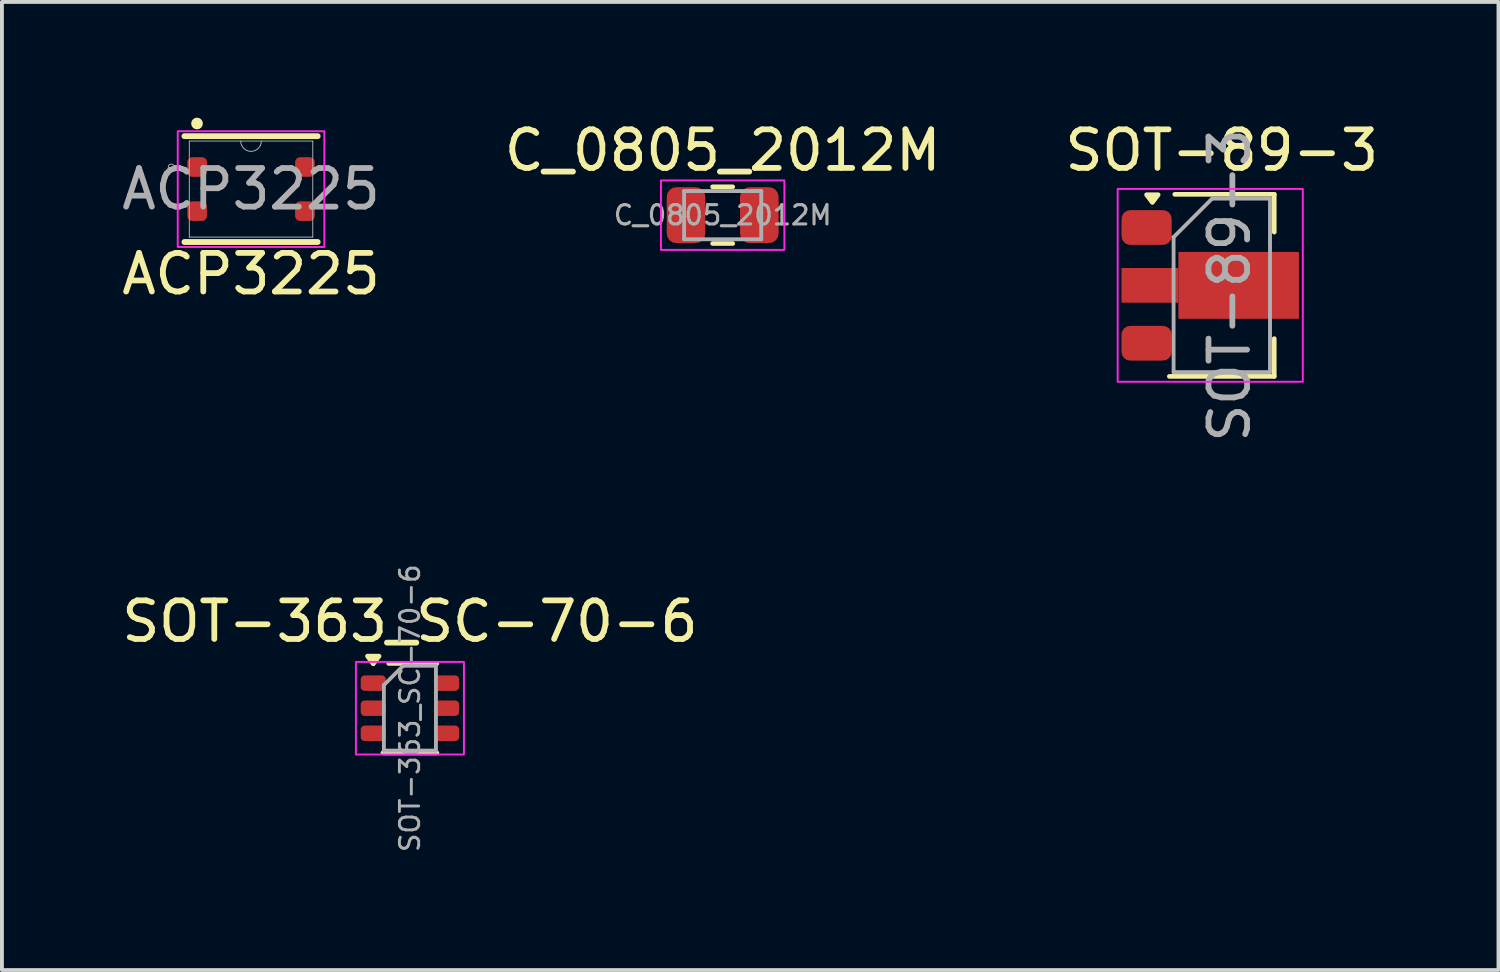
<source format=kicad_pcb>
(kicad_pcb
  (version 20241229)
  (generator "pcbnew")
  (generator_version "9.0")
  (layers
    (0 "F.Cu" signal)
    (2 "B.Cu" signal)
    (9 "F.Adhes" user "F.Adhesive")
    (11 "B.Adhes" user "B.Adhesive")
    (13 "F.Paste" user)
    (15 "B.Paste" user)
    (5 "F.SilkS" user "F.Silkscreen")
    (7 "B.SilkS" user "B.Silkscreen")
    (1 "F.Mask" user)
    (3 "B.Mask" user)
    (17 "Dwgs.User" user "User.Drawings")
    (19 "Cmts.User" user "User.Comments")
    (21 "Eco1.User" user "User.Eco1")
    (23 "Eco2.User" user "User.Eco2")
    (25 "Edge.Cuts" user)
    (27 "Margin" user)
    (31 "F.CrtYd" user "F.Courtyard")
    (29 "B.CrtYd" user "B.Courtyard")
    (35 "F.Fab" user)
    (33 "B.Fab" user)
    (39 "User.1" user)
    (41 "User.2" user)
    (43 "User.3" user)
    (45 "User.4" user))
  (footprint "SOT-363_SC-70-6"
    (layer "F.Cu")
    (at 7.577 15.31)
    (property "Reference" "SOT-363_SC-70-6" (at 0 -2.25 0) (layer "F.SilkS") (effects (font (size 1 1) (thickness 0.15))))
    (attr smd)
    (fp_line (start -0.7 1.16) (end 0.7 1.16) (stroke (width 0.12) (type solid)) (layer "F.SilkS"))
    (fp_line (start -0.55 -1.16) (end 0.7 -1.16) (stroke (width 0.12) (type solid)) (layer "F.SilkS"))
    (fp_poly (pts (xy -0.95 -1.15) (xy -1.1 -1.35) (xy -0.8 -1.35) (xy -0.95 -1.15)) (stroke (width 0.12) (type solid)) (fill yes) (layer "F.SilkS"))
    (fp_rect (start -1.4 -1.2) (end 1.4 1.2) (stroke (width 0.05) (type default)) (fill no) (layer "F.CrtYd"))
    (fp_line (start -0.675 -0.6) (end -0.675 1.1) (stroke (width 0.1) (type solid)) (layer "F.Fab"))
    (fp_line (start -0.175 -1.1) (end -0.675 -0.6) (stroke (width 0.1) (type solid)) (layer "F.Fab"))
    (fp_line (start 0.675 -1.1) (end -0.175 -1.1) (stroke (width 0.1) (type solid)) (layer "F.Fab"))
    (fp_line (start 0.675 -1.1) (end 0.675 1.1) (stroke (width 0.1) (type solid)) (layer "F.Fab"))
    (fp_line (start 0.675 1.1) (end -0.675 1.1) (stroke (width 0.1) (type solid)) (layer "F.Fab"))
    (fp_text user "${REFERENCE}" (at 0 0 90) (layer "F.Fab") (effects (font (size 0.5 0.5) (thickness 0.075))))
    (pad "1" smd roundrect (at -0.95 -0.65) (size 0.65 0.4) (layers "F.Cu" "F.Mask" "F.Paste") (roundrect_rratio 0.25))
    (pad "2" smd roundrect (at -0.95 0) (size 0.65 0.4) (layers "F.Cu" "F.Mask" "F.Paste") (roundrect_rratio 0.25))
    (pad "3" smd roundrect (at -0.95 0.65) (size 0.65 0.4) (layers "F.Cu" "F.Mask" "F.Paste") (roundrect_rratio 0.25))
    (pad "4" smd roundrect (at 0.95 0.65) (size 0.65 0.4) (layers "F.Cu" "F.Mask" "F.Paste") (roundrect_rratio 0.25))
    (pad "5" smd roundrect (at 0.95 0) (size 0.65 0.4) (layers "F.Cu" "F.Mask" "F.Paste") (roundrect_rratio 0.25))
    (pad "6" smd roundrect (at 0.95 -0.65) (size 0.65 0.4) (layers "F.Cu" "F.Mask" "F.Paste") (roundrect_rratio 0.25)))
  (footprint "C_0805_2012M"
    (layer "F.Cu")
    (at 15.685 2.528)
    (property "Reference" "C_0805_2012M" (at 0 -1.68 0) (layer "F.SilkS") (effects (font (size 1 1) (thickness 0.15))))
    (attr smd)
    (fp_line (start -0.261 -0.735) (end 0.261 -0.735) (stroke (width 0.12) (type solid)) (layer "F.SilkS"))
    (fp_line (start -0.261 0.735) (end 0.261 0.735) (stroke (width 0.12) (type solid)) (layer "F.SilkS"))
    (fp_rect (start -1.6 -0.9) (end 1.6 0.9) (stroke (width 0.05) (type default)) (fill no) (layer "F.CrtYd"))
    (fp_line (start -1 -0.625) (end 1 -0.625) (stroke (width 0.1) (type solid)) (layer "F.Fab"))
    (fp_line (start -1 0.625) (end -1 -0.625) (stroke (width 0.1) (type solid)) (layer "F.Fab"))
    (fp_line (start 1 -0.625) (end 1 0.625) (stroke (width 0.1) (type solid)) (layer "F.Fab"))
    (fp_line (start 1 0.625) (end -1 0.625) (stroke (width 0.1) (type solid)) (layer "F.Fab"))
    (fp_text user "${REFERENCE}" (at 0 0 0) (layer "F.Fab") (effects (font (size 0.5 0.5) (thickness 0.08))))
    (pad "1" smd roundrect (at -0.95 0) (size 1 1.45) (layers "F.Cu" "F.Mask" "F.Paste") (roundrect_rratio 0.25))
    (pad "2" smd roundrect (at 0.95 0) (size 1 1.45) (layers "F.Cu" "F.Mask" "F.Paste") (roundrect_rratio 0.25)))
  (footprint "ACP3225"
    (layer "F.Cu")
    (at 3.458 1.852)
    (property "Reference" "ACP3225" (at 0 2.2 0) (unlocked yes) (layer "F.SilkS") (effects (font (size 1 1) (thickness 0.15))))
    (attr smd)
    (fp_line (start -1.727 1.372) (end 1.727 1.372) (stroke (width 0.152) (type solid)) (layer "F.SilkS"))
    (fp_line (start 1.727 -1.372) (end -1.727 -1.372) (stroke (width 0.152) (type solid)) (layer "F.SilkS"))
    (fp_circle (center -1.4 -1.7) (end -1.324 -1.7) (stroke (width 0.152) (type solid)) (fill no) (layer "F.SilkS"))
    (fp_rect (start -1.9 -1.5) (end 1.9 1.5) (stroke (width 0.05) (type default)) (fill no) (layer "F.CrtYd"))
    (fp_line (start -1.6 -1.245) (end -1.6 1.245) (stroke (width 0.025) (type solid)) (layer "F.Fab"))
    (fp_line (start -1.6 1.245) (end 1.6 1.245) (stroke (width 0.025) (type solid)) (layer "F.Fab"))
    (fp_line (start 1.6 -1.245) (end -1.6 -1.245) (stroke (width 0.025) (type solid)) (layer "F.Fab"))
    (fp_line (start 1.6 1.245) (end 1.6 -1.245) (stroke (width 0.025) (type solid)) (layer "F.Fab"))
    (fp_arc (start 0.2667 -1.2446) (mid 0 -0.9779) (end -0.2667 -1.2446) (stroke (width 0.0254) (type solid)) (layer "F.Fab"))
    (fp_circle (center -2.07 -0.572) (end -1.994 -0.572) (stroke (width 0.025) (type solid)) (fill no) (layer "F.Fab"))
    (fp_text user "${REFERENCE}" (at 0 0 0) (unlocked yes) (layer "F.Fab") (effects (font (size 1 1) (thickness 0.15))))
    (pad "1" smd roundrect (at -1.397 -0.572) (size 0.508 0.508) (layers "F.Cu" "F.Mask" "F.Paste") (roundrect_rratio 0.25))
    (pad "2" smd roundrect (at 1.397 -0.572) (size 0.508 0.508) (layers "F.Cu" "F.Mask" "F.Paste") (roundrect_rratio 0.25))
    (pad "3" smd roundrect (at -1.397 0.572) (size 0.508 0.508) (layers "F.Cu" "F.Mask" "F.Paste") (roundrect_rratio 0.25))
    (pad "4" smd roundrect (at 1.397 0.572) (size 0.508 0.508) (layers "F.Cu" "F.Mask" "F.Paste") (roundrect_rratio 0.25)))
  (footprint "SOT-89-3"
    (layer "F.Cu")
    (at 28.625 4.348)
    (property "Reference" "SOT-89-3" (at 0 -3.5 0) (layer "F.SilkS") (effects (font (size 1 1) (thickness 0.15))))
    (attr smd)
    (fp_line (start -1.22 -2.36) (end 1.36 -2.36) (stroke (width 0.12) (type solid)) (layer "F.SilkS"))
    (fp_line (start 1.36 -1.38) (end 1.36 -2.36) (stroke (width 0.12) (type solid)) (layer "F.SilkS"))
    (fp_line (start 1.36 1.38) (end 1.36 2.36) (stroke (width 0.12) (type solid)) (layer "F.SilkS"))
    (fp_line (start 1.36 2.36) (end -1.36 2.36) (stroke (width 0.12) (type solid)) (layer "F.SilkS"))
    (fp_poly (pts (xy -1.8 -2.15) (xy -1.95 -2.35) (xy -1.65 -2.35) (xy -1.8 -2.15)) (stroke (width 0.12) (type solid)) (fill yes) (layer "F.SilkS"))
    (fp_rect (start -2.7 -2.5) (end 2.1 2.5) (stroke (width 0.05) (type default)) (fill no) (layer "F.CrtYd"))
    (fp_line (start -1.25 -1.25) (end -0.25 -2.25) (stroke (width 0.1) (type solid)) (layer "F.Fab"))
    (fp_line (start -1.25 2.25) (end -1.25 -1.25) (stroke (width 0.1) (type solid)) (layer "F.Fab"))
    (fp_line (start -0.25 -2.25) (end 1.25 -2.25) (stroke (width 0.1) (type solid)) (layer "F.Fab"))
    (fp_line (start 1.25 -2.25) (end 1.25 2.25) (stroke (width 0.1) (type solid)) (layer "F.Fab"))
    (fp_line (start 1.25 2.25) (end -1.25 2.25) (stroke (width 0.1) (type solid)) (layer "F.Fab"))
    (fp_text user "${REFERENCE}" (at 0.2 0 90) (layer "F.Fab") (effects (font (size 1 1) (thickness 0.15))))
    (pad "1" smd roundrect (at -1.95 -1.5) (size 1.3 0.9) (layers "F.Cu" "F.Mask" "F.Paste") (roundrect_rratio 0.25))
    (pad "2" smd custom (at -1.863 0) (size 1.475 0.9) (layers "F.Cu" "F.Mask" "F.Paste") (options (anchor rect)) (primitives (gr_poly (pts (xy 3.862 0.867) (xy 0.738 0.867) (xy 0.738 -0.867) (xy 3.862 -0.867)) (width 0) (fill yes))))
    (pad "3" smd roundrect (at -1.95 1.5) (size 1.3 0.9) (layers "F.Cu" "F.Mask" "F.Paste") (roundrect_rratio 0.25)))
  (gr_rect
    (start -3 -3)
    (end 35.798 22.098)
    (stroke (width 0.1) (type default))
    (fill no)
    (layer "Edge.Cuts")))
</source>
